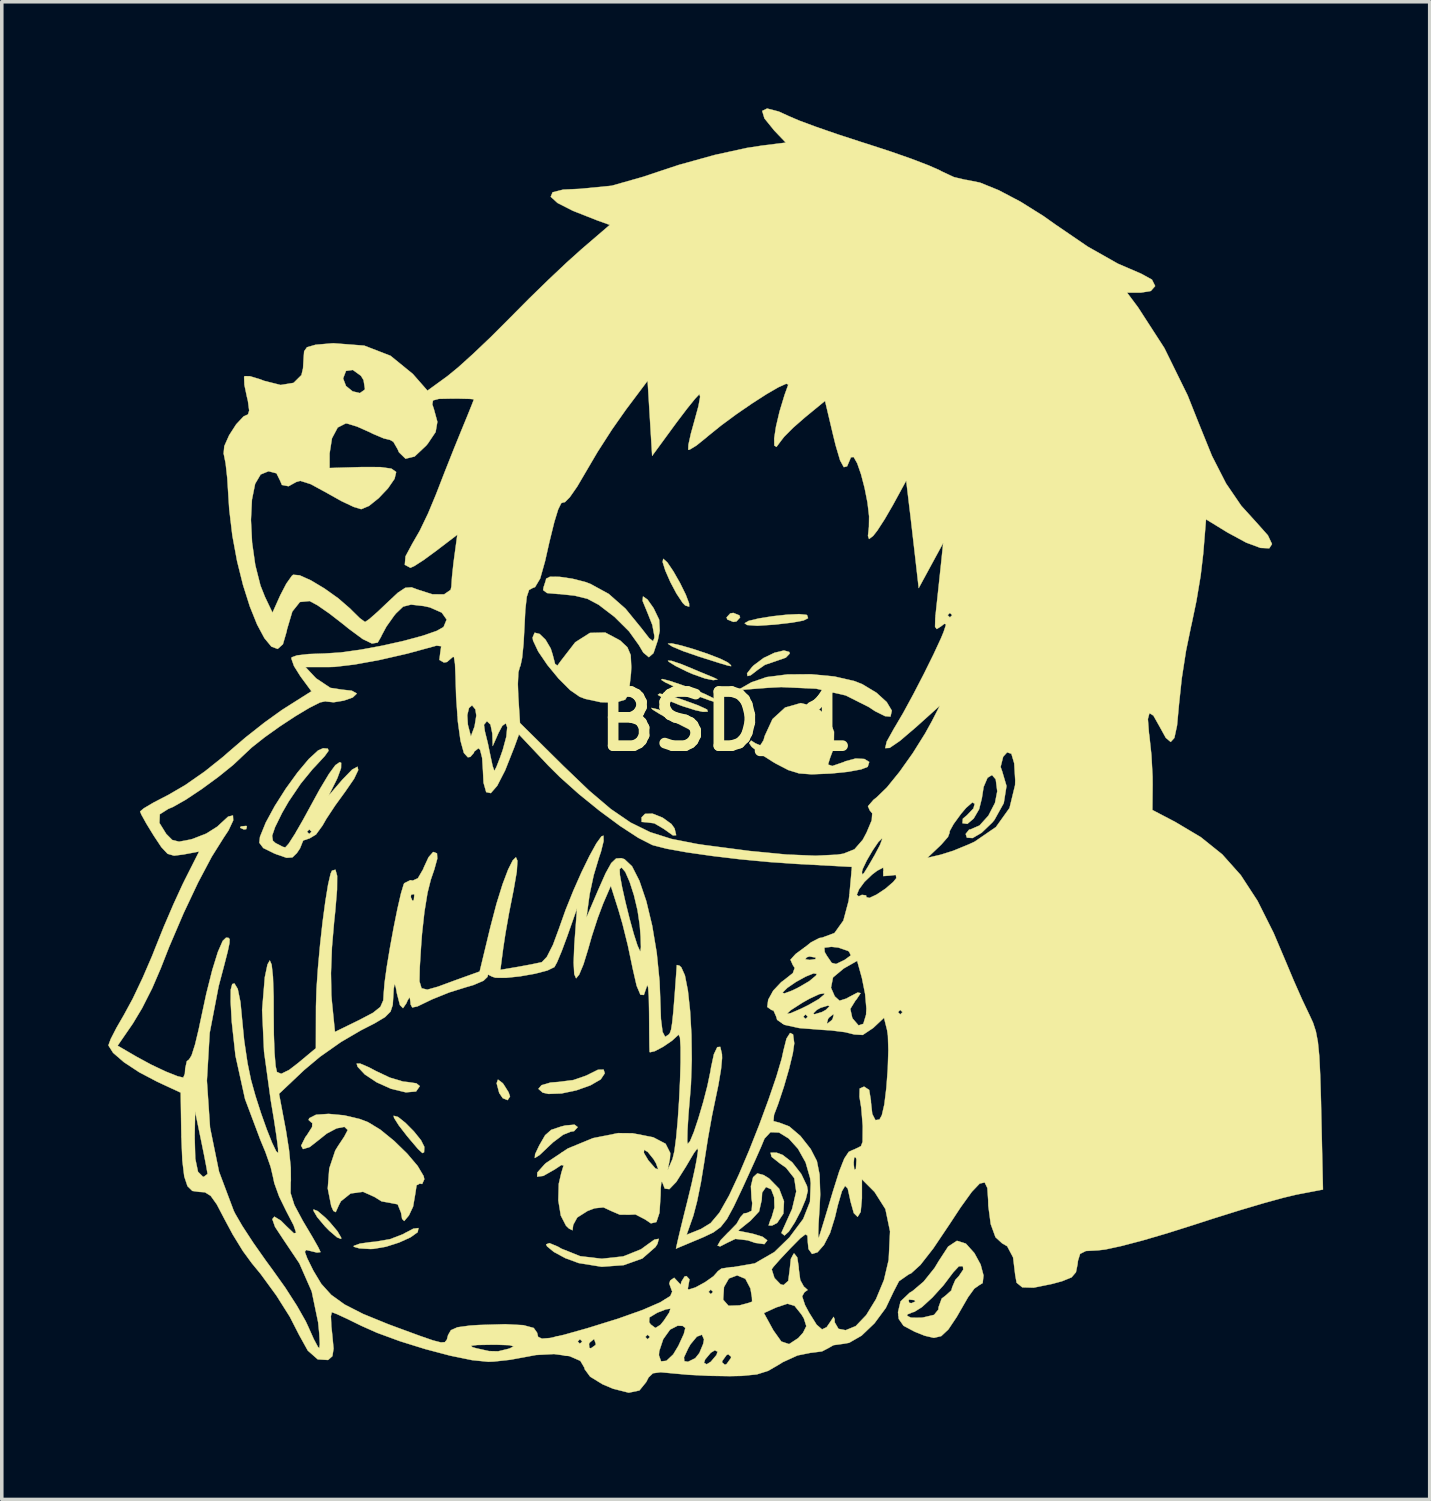
<source format=kicad_pcb>
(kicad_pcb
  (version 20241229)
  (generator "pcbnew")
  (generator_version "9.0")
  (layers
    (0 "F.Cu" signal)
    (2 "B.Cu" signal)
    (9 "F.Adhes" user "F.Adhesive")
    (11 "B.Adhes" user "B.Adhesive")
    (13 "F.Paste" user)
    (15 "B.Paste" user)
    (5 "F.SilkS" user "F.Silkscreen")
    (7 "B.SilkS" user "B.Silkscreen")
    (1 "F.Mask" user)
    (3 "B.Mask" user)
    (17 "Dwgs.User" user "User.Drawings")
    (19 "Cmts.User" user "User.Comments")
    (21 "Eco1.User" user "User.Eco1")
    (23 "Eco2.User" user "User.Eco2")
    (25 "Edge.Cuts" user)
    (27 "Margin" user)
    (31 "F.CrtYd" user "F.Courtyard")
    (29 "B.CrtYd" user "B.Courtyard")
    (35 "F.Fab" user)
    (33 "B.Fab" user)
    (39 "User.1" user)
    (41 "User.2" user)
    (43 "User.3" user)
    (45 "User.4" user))
  (footprint "BSD_1"
    (layer "F.Cu")
    (at 17.404 17.252)
    (property "Reference" "BSD_1" (at 0 0 0) (layer "F.SilkS") (effects (font (size 1.524 1.524) (thickness 0.3))))
    (attr through_hole)
    (fp_poly (pts (xy -13.504 2.963) (xy -13.522 3.039) (xy -13.589 3.048) (xy -13.694 3.002) (xy -13.674 2.963) (xy -13.523 2.948) (xy -13.504 2.963)) (stroke (width 0.01) (type solid)) (fill yes) (layer "F.SilkS"))
    (fp_poly (pts (xy 0.36 -2.979) (xy 0.381 -2.921) (xy 0.278 -2.808) (xy 0.191 -2.794) (xy 0.021 -2.863) (xy 0 -2.921) (xy 0.103 -3.034) (xy 0.191 -3.048) (xy 0.36 -2.979)) (stroke (width 0.01) (type solid)) (fill yes) (layer "F.SilkS"))
    (fp_poly (pts (xy -6.304 10.189) (xy -6.282 10.216) (xy -6.138 10.446) (xy -6.096 10.565) (xy -6.164 10.668) (xy -6.302 10.612) (xy -6.4 10.467) (xy -6.473 10.193) (xy -6.436 10.089) (xy -6.304 10.189)) (stroke (width 0.01) (type solid)) (fill yes) (layer "F.SilkS"))
    (fp_poly (pts (xy -11.513 13.79) (xy -11.294 13.977) (xy -11.176 14.097) (xy -10.956 14.358) (xy -10.85 14.539) (xy -10.851 14.576) (xy -10.966 14.531) (xy -11.185 14.344) (xy -11.303 14.224) (xy -11.523 13.963) (xy -11.629 13.782) (xy -11.628 13.745) (xy -11.513 13.79)) (stroke (width 0.01) (type solid)) (fill yes) (layer "F.SilkS"))
    (fp_poly (pts (xy -1.608 -0.72) (xy -1.296 -0.624) (xy -0.803 -0.446) (xy -0.548 -0.327) (xy -0.532 -0.268) (xy -0.667 -0.263) (xy -0.88 -0.31) (xy -1.217 -0.416) (xy -1.33 -0.457) (xy -1.751 -0.629) (xy -1.936 -0.742) (xy -1.887 -0.777) (xy -1.608 -0.72)) (stroke (width 0.01) (type solid)) (fill yes) (layer "F.SilkS"))
    (fp_poly (pts (xy -1.801 2.716) (xy -1.553 2.895) (xy -1.464 3.02) (xy -1.419 3.21) (xy -1.51 3.216) (xy -1.759 3.038) (xy -1.767 3.032) (xy -2.034 2.875) (xy -2.243 2.848) (xy -2.391 2.836) (xy -2.393 2.709) (xy -2.296 2.609) (xy -2.085 2.603) (xy -1.801 2.716)) (stroke (width 0.01) (type solid)) (fill yes) (layer "F.SilkS"))
    (fp_poly (pts (xy -1.669 -4.471) (xy -1.497 -4.217) (xy -1.31 -3.889) (xy -1.149 -3.562) (xy -1.055 -3.313) (xy -1.053 -3.223) (xy -1.164 -3.257) (xy -1.237 -3.331) (xy -1.41 -3.592) (xy -1.583 -3.918) (xy -1.724 -4.239) (xy -1.8 -4.481) (xy -1.783 -4.572) (xy -1.669 -4.471)) (stroke (width 0.01) (type solid)) (fill yes) (layer "F.SilkS"))
    (fp_poly (pts (xy -9.249 11.141) (xy -9.037 11.311) (xy -8.8 11.551) (xy -8.603 11.796) (xy -8.51 11.98) (xy -8.509 11.994) (xy -8.516 12.135) (xy -8.562 12.159) (xy -8.686 12.044) (xy -8.925 11.763) (xy -8.999 11.674) (xy -9.228 11.378) (xy -9.36 11.169) (xy -9.373 11.108) (xy -9.249 11.141)) (stroke (width 0.01) (type solid)) (fill yes) (layer "F.SilkS"))
    (fp_poly (pts (xy -1.923 -0.33) (xy -1.61 -0.209) (xy -1.262 -0.049) (xy -0.959 0.113) (xy -0.78 0.238) (xy -0.762 0.27) (xy -0.789 0.365) (xy -0.794 0.364) (xy -0.914 0.302) (xy -1.197 0.157) (xy -1.524 -0.01) (xy -1.869 -0.195) (xy -2.082 -0.326) (xy -2.119 -0.374) (xy -1.923 -0.33)) (stroke (width 0.01) (type solid)) (fill yes) (layer "F.SilkS"))
    (fp_poly (pts (xy 2.248 -2.994) (xy 2.267 -2.982) (xy 2.294 -2.9) (xy 2.164 -2.834) (xy 1.845 -2.775) (xy 1.361 -2.719) (xy 0.867 -2.686) (xy 0.577 -2.707) (xy 0.508 -2.758) (xy 0.622 -2.824) (xy 0.911 -2.893) (xy 1.296 -2.954) (xy 1.7 -2.998) (xy 2.043 -3.014) (xy 2.248 -2.994)) (stroke (width 0.01) (type solid)) (fill yes) (layer "F.SilkS"))
    (fp_poly (pts (xy -10.067 9.745) (xy -9.874 9.848) (xy -9.477 10.035) (xy -9.105 10.146) (xy -8.985 10.158) (xy -8.732 10.195) (xy -8.636 10.273) (xy -8.741 10.424) (xy -9.028 10.449) (xy -9.444 10.349) (xy -9.847 10.168) (xy -10.184 9.945) (xy -10.386 9.729) (xy -10.414 9.64) (xy -10.317 9.638) (xy -10.067 9.745)) (stroke (width 0.01) (type solid)) (fill yes) (layer "F.SilkS"))
    (fp_poly (pts (xy -4.191 11.428) (xy -4.294 11.541) (xy -4.391 11.557) (xy -4.601 11.642) (xy -4.882 11.853) (xy -4.973 11.938) (xy -5.264 12.214) (xy -5.399 12.298) (xy -5.39 12.19) (xy -5.275 11.946) (xy -5.108 11.656) (xy -4.937 11.505) (xy -4.654 11.41) (xy -4.54 11.382) (xy -4.279 11.359) (xy -4.191 11.428)) (stroke (width 0.01) (type solid)) (fill yes) (layer "F.SilkS"))
    (fp_poly (pts (xy -1.601 -1.134) (xy -1.292 -1.031) (xy -0.943 -0.901) (xy -0.619 -0.768) (xy -0.387 -0.655) (xy -0.324 -0.614) (xy -0.251 -0.54) (xy -0.288 -0.527) (xy -0.472 -0.584) (xy -0.842 -0.719) (xy -1.016 -0.784) (xy -1.416 -0.946) (xy -1.723 -1.091) (xy -1.841 -1.166) (xy -1.806 -1.187) (xy -1.601 -1.134)) (stroke (width 0.01) (type solid)) (fill yes) (layer "F.SilkS"))
    (fp_poly (pts (xy -1.547 -1.698) (xy -1.284 -1.609) (xy -1.111 -1.539) (xy -0.742 -1.384) (xy -0.451 -1.264) (xy -0.381 -1.236) (xy -0.254 -1.175) (xy -0.368 -1.156) (xy -0.381 -1.156) (xy -0.606 -1.202) (xy -0.952 -1.325) (xy -1.111 -1.394) (xy -1.43 -1.551) (xy -1.624 -1.671) (xy -1.651 -1.704) (xy -1.547 -1.698)) (stroke (width 0.01) (type solid)) (fill yes) (layer "F.SilkS"))
    (fp_poly (pts (xy 1.766 -1.948) (xy 1.778 -1.904) (xy 1.668 -1.789) (xy 1.404 -1.697) (xy 1.4 -1.696) (xy 1.079 -1.586) (xy 0.876 -1.445) (xy 0.68 -1.293) (xy 0.591 -1.27) (xy 0.576 -1.344) (xy 0.718 -1.526) (xy 0.765 -1.572) (xy 1.042 -1.779) (xy 1.349 -1.926) (xy 1.615 -1.99) (xy 1.766 -1.948)) (stroke (width 0.01) (type solid)) (fill yes) (layer "F.SilkS"))
    (fp_poly (pts (xy -3.429 9.912) (xy -3.543 10.084) (xy -3.834 10.252) (xy -4.228 10.392) (xy -4.646 10.48) (xy -5.015 10.493) (xy -5.176 10.457) (xy -5.297 10.351) (xy -5.209 10.247) (xy -4.956 10.173) (xy -4.723 10.155) (xy -4.312 10.102) (xy -3.953 9.978) (xy -3.937 9.97) (xy -3.619 9.812) (xy -3.462 9.808) (xy -3.429 9.912)) (stroke (width 0.01) (type solid)) (fill yes) (layer "F.SilkS"))
    (fp_poly (pts (xy -1.273 -2.129) (xy -0.908 -2.022) (xy -0.521 -1.891) (xy -0.184 -1.761) (xy 0.032 -1.654) (xy 0.057 -1.634) (xy 0.123 -1.573) (xy 0.129 -1.548) (xy 0.031 -1.567) (xy -0.213 -1.64) (xy -0.646 -1.777) (xy -0.793 -1.824) (xy -1.214 -1.969) (xy -1.52 -2.096) (xy -1.649 -2.178) (xy -1.65 -2.182) (xy -1.544 -2.19) (xy -1.273 -2.129)) (stroke (width 0.01) (type solid)) (fill yes) (layer "F.SilkS"))
    (fp_poly (pts (xy -8.674 14.271) (xy -8.696 14.386) (xy -8.899 14.531) (xy -9.218 14.676) (xy -9.587 14.794) (xy -9.941 14.855) (xy -10.022 14.859) (xy -10.337 14.841) (xy -10.494 14.797) (xy -10.494 14.77) (xy -10.32 14.707) (xy -9.999 14.662) (xy -9.897 14.655) (xy -9.476 14.583) (xy -9.106 14.441) (xy -9.065 14.416) (xy -8.819 14.287) (xy -8.675 14.269) (xy -8.674 14.271)) (stroke (width 0.01) (type solid)) (fill yes) (layer "F.SilkS"))
    (fp_poly (pts (xy 3.037 -1.258) (xy 3.605 -1.127) (xy 3.821 -1.041) (xy 4.219 -0.801) (xy 4.509 -0.537) (xy 4.652 -0.296) (xy 4.614 -0.129) (xy 4.46 -0.142) (xy 4.183 -0.28) (xy 4 -0.4) (xy 3.351 -0.726) (xy 2.519 -0.915) (xy 1.538 -0.96) (xy 1.167 -0.94) (xy 0.318 -0.875) (xy 0.699 -1.094) (xy 1.126 -1.241) (xy 1.714 -1.316) (xy 2.379 -1.321) (xy 3.037 -1.258)) (stroke (width 0.01) (type solid)) (fill yes) (layer "F.SilkS"))
    (fp_poly (pts (xy -1.945 14.713) (xy -2.002 14.803) (xy -2.371 15.126) (xy -2.896 15.313) (xy -3.515 15.359) (xy -4.165 15.254) (xy -4.54 15.116) (xy -4.86 14.943) (xy -5.054 14.784) (xy -5.08 14.728) (xy -4.987 14.693) (xy -4.747 14.793) (xy -4.652 14.849) (xy -4.123 15.061) (xy -3.512 15.133) (xy -2.911 15.067) (xy -2.409 14.867) (xy -2.296 14.784) (xy -2.033 14.595) (xy -1.908 14.572) (xy -1.945 14.713)) (stroke (width 0.01) (type solid)) (fill yes) (layer "F.SilkS"))
    (fp_poly (pts (xy 1.579 12.211) (xy 1.849 12.421) (xy 2.103 12.749) (xy 2.264 13.086) (xy 2.286 13.219) (xy 2.231 13.45) (xy 2.096 13.774) (xy 1.922 14.107) (xy 1.752 14.369) (xy 1.631 14.478) (xy 1.629 14.478) (xy 1.543 14.409) (xy 1.552 14.383) (xy 1.843 13.736) (xy 1.961 13.241) (xy 1.905 12.864) (xy 1.673 12.57) (xy 1.508 12.455) (xy 1.268 12.265) (xy 1.237 12.148) (xy 1.404 12.146) (xy 1.579 12.211)) (stroke (width 0.01) (type solid)) (fill yes) (layer "F.SilkS"))
    (fp_poly (pts (xy -2.996 -2.272) (xy -2.792 -2.08) (xy -2.699 -1.861) (xy -2.683 -1.52) (xy -2.691 -1.352) (xy -2.734 -0.961) (xy -2.806 -0.682) (xy -2.855 -0.605) (xy -3.134 -0.524) (xy -3.544 -0.534) (xy -3.982 -0.629) (xy -4.136 -0.688) (xy -4.406 -0.876) (xy -4.727 -1.197) (xy -5.044 -1.582) (xy -5.303 -1.963) (xy -5.447 -2.269) (xy -5.461 -2.354) (xy -5.403 -2.491) (xy -5.264 -2.456) (xy -5.096 -2.293) (xy -4.95 -2.045) (xy -4.897 -1.878) (xy -4.828 -1.611) (xy -4.762 -1.565) (xy -4.658 -1.707) (xy -4.26 -2.222) (xy -3.846 -2.485) (xy -3.415 -2.495) (xy -2.996 -2.272)) (stroke (width 0.01) (type solid)) (fill yes) (layer "F.SilkS"))
    (fp_poly (pts (xy 2.53 -0.398) (xy 2.851 -0.109) (xy 3.025 0.296) (xy 3.019 0.754) (xy 2.917 1.024) (xy 2.856 1.219) (xy 2.975 1.262) (xy 3.287 1.155) (xy 3.351 1.126) (xy 3.634 1.051) (xy 3.879 1.064) (xy 4.016 1.148) (xy 3.973 1.285) (xy 3.787 1.357) (xy 3.423 1.424) (xy 2.955 1.472) (xy 2.904 1.475) (xy 2.396 1.496) (xy 2.041 1.47) (xy 1.738 1.376) (xy 1.387 1.194) (xy 1.302 1.144) (xy 0.949 0.918) (xy 0.707 0.722) (xy 0.635 0.617) (xy 0.691 0.546) (xy 0.811 0.623) (xy 0.949 0.681) (xy 1.041 0.536) (xy 1.074 0.416) (xy 1.293 -0.059) (xy 1.648 -0.384) (xy 2.083 -0.508) (xy 2.095 -0.508) (xy 2.53 -0.398)) (stroke (width 0.01) (type solid)) (fill yes) (layer "F.SilkS"))
    (fp_poly (pts (xy -4.698 -4.063) (xy -4.342 -4.011) (xy -3.983 -3.92) (xy -3.839 -3.867) (xy -3.318 -3.583) (xy -2.846 -3.167) (xy -2.396 -2.616) (xy -2.18 -2.338) (xy -2.07 -2.252) (xy -2.034 -2.34) (xy -2.032 -2.4) (xy -2.09 -2.709) (xy -2.23 -3.062) (xy -2.232 -3.066) (xy -2.364 -3.387) (xy -2.353 -3.512) (xy -2.226 -3.424) (xy -2.054 -3.181) (xy -1.898 -2.856) (xy -1.882 -2.543) (xy -1.936 -2.278) (xy -2.058 -1.915) (xy -2.188 -1.801) (xy -2.344 -1.931) (xy -2.467 -2.14) (xy -2.745 -2.528) (xy -3.155 -2.936) (xy -3.602 -3.278) (xy -3.918 -3.446) (xy -4.277 -3.534) (xy -4.701 -3.579) (xy -4.737 -3.579) (xy -5.054 -3.607) (xy -5.164 -3.691) (xy -5.151 -3.772) (xy -5.088 -3.967) (xy -5.08 -4.011) (xy -4.971 -4.066) (xy -4.698 -4.063)) (stroke (width 0.01) (type solid)) (fill yes) (layer "F.SilkS"))
    (fp_poly (pts (xy 1.039 12.776) (xy 1.194 12.87) (xy 1.48 13.162) (xy 1.616 13.517) (xy 1.599 13.863) (xy 1.423 14.125) (xy 1.28 14.199) (xy 1.183 14.196) (xy 1.234 14.04) (xy 1.268 13.973) (xy 1.348 13.693) (xy 1.339 13.399) (xy 1.255 13.177) (xy 1.114 13.115) (xy 1.107 13.118) (xy 1.001 13.27) (xy 0.989 13.476) (xy 0.915 13.803) (xy 0.673 14.062) (xy 0.321 14.345) (xy 0.732 14.428) (xy 1.011 14.513) (xy 1.142 14.612) (xy 1.143 14.621) (xy 1.064 14.722) (xy 0.809 14.687) (xy 0.595 14.614) (xy 0.247 14.574) (xy 0.015 14.685) (xy -0.182 14.787) (xy -0.254 14.762) (xy -0.167 14.61) (xy 0.045 14.391) (xy 0.064 14.375) (xy 0.282 14.15) (xy 0.381 13.978) (xy 0.381 13.971) (xy 0.484 13.858) (xy 0.577 13.843) (xy 0.706 13.783) (xy 0.722 13.566) (xy 0.702 13.43) (xy 0.685 13.09) (xy 0.746 12.841) (xy 0.748 12.837) (xy 0.866 12.73) (xy 1.039 12.776)) (stroke (width 0.01) (type solid)) (fill yes) (layer "F.SilkS"))
    (fp_poly (pts (xy -10.766 11.096) (xy -10.325 11.2) (xy -10.097 11.287) (xy -9.749 11.498) (xy -9.363 11.812) (xy -8.994 12.171) (xy -8.697 12.521) (xy -8.529 12.805) (xy -8.509 12.895) (xy -8.57 13.029) (xy -8.636 13.018) (xy -8.727 13.065) (xy -8.763 13.303) (xy -8.825 13.664) (xy -8.941 13.911) (xy -9.075 14.071) (xy -9.134 14.011) (xy -9.163 13.84) (xy -9.259 13.601) (xy -9.442 13.566) (xy -9.713 13.517) (xy -9.913 13.392) (xy -10.235 13.248) (xy -10.584 13.296) (xy -10.857 13.514) (xy -10.915 13.625) (xy -11.003 13.821) (xy -11.069 13.787) (xy -11.129 13.652) (xy -11.227 13.157) (xy -11.185 12.593) (xy -11.017 12.089) (xy -10.942 11.966) (xy -10.763 11.696) (xy -10.671 11.522) (xy -10.668 11.506) (xy -10.757 11.42) (xy -10.977 11.462) (xy -11.254 11.608) (xy -11.445 11.761) (xy -11.733 11.987) (xy -11.924 12.046) (xy -11.977 11.95) (xy -11.858 11.711) (xy -11.811 11.649) (xy -11.668 11.424) (xy -11.663 11.307) (xy -11.682 11.303) (xy -11.767 11.226) (xy -11.748 11.176) (xy -11.557 11.079) (xy -11.203 11.055) (xy -10.766 11.096)) (stroke (width 0.01) (type solid)) (fill yes) (layer "F.SilkS"))
    (fp_poly (pts (xy 6.736 14.707) (xy 6.976 14.974) (xy 7.152 15.297) (xy 7.233 15.603) (xy 7.209 15.818) (xy 7.115 15.875) (xy 6.973 15.975) (xy 6.799 16.215) (xy 6.794 16.224) (xy 6.479 16.771) (xy 6.243 17.124) (xy 6.043 17.311) (xy 5.836 17.36) (xy 5.578 17.3) (xy 5.302 17.19) (xy 4.983 17.022) (xy 4.847 16.828) (xy 4.837 16.738) (xy 5.08 16.738) (xy 5.19 16.792) (xy 5.462 16.794) (xy 5.524 16.788) (xy 5.841 16.713) (xy 5.962 16.564) (xy 5.969 16.492) (xy 6.056 16.254) (xy 6.16 16.175) (xy 6.328 16.024) (xy 6.35 15.94) (xy 6.439 15.73) (xy 6.539 15.622) (xy 6.662 15.439) (xy 6.653 15.343) (xy 6.54 15.345) (xy 6.381 15.516) (xy 6.107 15.879) (xy 5.794 16.224) (xy 5.5 16.494) (xy 5.282 16.63) (xy 5.246 16.637) (xy 5.093 16.699) (xy 5.08 16.738) (xy 4.837 16.738) (xy 4.826 16.636) (xy 4.898 16.335) (xy 4.936 16.298) (xy 5.122 16.298) (xy 5.14 16.374) (xy 5.207 16.383) (xy 5.312 16.337) (xy 5.292 16.298) (xy 5.141 16.283) (xy 5.122 16.298) (xy 4.936 16.298) (xy 5.151 16.092) (xy 5.242 16.036) (xy 5.549 15.775) (xy 5.854 15.394) (xy 5.972 15.198) (xy 6.238 14.79) (xy 6.485 14.628) (xy 6.736 14.707)) (stroke (width 0.01) (type solid)) (fill yes) (layer "F.SilkS"))
    (fp_poly (pts (xy -11.226 0.773) (xy -11.204 0.832) (xy -11.312 0.982) (xy -11.571 1.263) (xy -11.656 1.352) (xy -11.987 1.757) (xy -12.327 2.259) (xy -12.513 2.582) (xy -12.712 2.986) (xy -12.794 3.227) (xy -12.772 3.365) (xy -12.7 3.43) (xy -12.492 3.537) (xy -12.423 3.554) (xy -12.329 3.451) (xy -12.15 3.172) (xy -12.115 3.111) (xy -11.811 3.111) (xy -11.748 3.175) (xy -11.684 3.111) (xy -11.748 3.048) (xy -11.811 3.111) (xy -12.115 3.111) (xy -11.919 2.77) (xy -11.811 2.572) (xy -11.457 1.924) (xy -11.195 1.487) (xy -11.012 1.237) (xy -10.892 1.155) (xy -10.85 1.172) (xy -10.853 1.322) (xy -10.955 1.599) (xy -10.989 1.671) (xy -11.202 2.095) (xy -10.82 1.651) (xy -10.543 1.365) (xy -10.39 1.281) (xy -10.369 1.375) (xy -10.487 1.623) (xy -10.728 1.973) (xy -11.017 2.371) (xy -11.267 2.75) (xy -11.375 2.938) (xy -11.559 3.191) (xy -11.744 3.302) (xy -11.751 3.302) (xy -11.918 3.359) (xy -11.938 3.405) (xy -12.008 3.58) (xy -12.097 3.713) (xy -12.223 3.835) (xy -12.386 3.846) (xy -12.676 3.746) (xy -12.736 3.722) (xy -13.042 3.571) (xy -13.154 3.422) (xy -13.135 3.255) (xy -12.974 2.858) (xy -12.719 2.388) (xy -12.408 1.899) (xy -12.076 1.441) (xy -11.761 1.065) (xy -11.499 0.824) (xy -11.358 0.762) (xy -11.226 0.773)) (stroke (width 0.01) (type solid)) (fill yes) (layer "F.SilkS"))
    (fp_poly (pts (xy 1.469 -17.162) (xy 1.751 -17.033) (xy 2.047 -16.906) (xy 2.525 -16.729) (xy 3.125 -16.521) (xy 3.785 -16.306) (xy 3.937 -16.258) (xy 4.595 -16.044) (xy 5.197 -15.834) (xy 5.685 -15.647) (xy 6.002 -15.507) (xy 6.047 -15.481) (xy 6.401 -15.316) (xy 6.726 -15.239) (xy 6.746 -15.239) (xy 7.133 -15.161) (xy 7.661 -14.947) (xy 8.274 -14.624) (xy 8.918 -14.221) (xy 9.261 -13.978) (xy 10.169 -13.358) (xy 11.018 -12.878) (xy 11.671 -12.597) (xy 11.975 -12.43) (xy 12.065 -12.25) (xy 11.944 -12.111) (xy 11.669 -12.065) (xy 11.273 -12.065) (xy 11.582 -11.652) (xy 12.323 -10.506) (xy 12.98 -9.17) (xy 13.268 -8.445) (xy 13.664 -7.468) (xy 14.061 -6.691) (xy 14.489 -6.064) (xy 14.915 -5.595) (xy 15.239 -5.231) (xy 15.354 -4.987) (xy 15.278 -4.867) (xy 15.03 -4.878) (xy 14.629 -5.027) (xy 14.092 -5.318) (xy 14.083 -5.324) (xy 13.497 -5.683) (xy 13.418 -4.715) (xy 13.346 -4.1) (xy 13.227 -3.387) (xy 13.088 -2.72) (xy 13.075 -2.667) (xy 12.934 -1.983) (xy 12.814 -1.208) (xy 12.739 -0.503) (xy 12.736 -0.472) (xy 12.681 0.122) (xy 12.606 0.471) (xy 12.503 0.585) (xy 12.366 0.471) (xy 12.192 0.155) (xy 12.016 -0.157) (xy 11.904 -0.227) (xy 11.86 -0.06) (xy 11.891 0.34) (xy 11.902 0.413) (xy 11.96 0.956) (xy 11.992 1.556) (xy 11.994 1.79) (xy 11.987 2.5) (xy 12.632 2.838) (xy 13.35 3.265) (xy 13.954 3.75) (xy 14.475 4.334) (xy 14.947 5.058) (xy 15.4 5.962) (xy 15.738 6.758) (xy 15.965 7.299) (xy 16.202 7.835) (xy 16.399 8.25) (xy 16.402 8.255) (xy 16.51 8.489) (xy 16.589 8.732) (xy 16.646 9.03) (xy 16.685 9.429) (xy 16.712 9.976) (xy 16.734 10.715) (xy 16.74 11.006) (xy 16.789 13.185) (xy 16.046 13.327) (xy 15.677 13.415) (xy 15.124 13.567) (xy 14.446 13.768) (xy 13.701 14.001) (xy 13.145 14.181) (xy 12.398 14.417) (xy 11.701 14.621) (xy 11.104 14.777) (xy 10.659 14.873) (xy 10.452 14.897) (xy 10.114 14.915) (xy 9.952 14.996) (xy 9.891 15.193) (xy 9.881 15.286) (xy 9.835 15.513) (xy 9.712 15.657) (xy 9.446 15.765) (xy 9.158 15.843) (xy 8.644 15.947) (xy 8.325 15.938) (xy 8.165 15.808) (xy 8.126 15.593) (xy 8.066 15.096) (xy 7.9 14.782) (xy 7.755 14.697) (xy 7.57 14.527) (xy 7.436 14.157) (xy 7.368 13.642) (xy 7.364 13.478) (xy 7.341 13.141) (xy 7.266 12.985) (xy 7.125 13.017) (xy 6.904 13.249) (xy 6.588 13.688) (xy 6.283 14.152) (xy 5.818 14.844) (xy 5.456 15.307) (xy 5.196 15.543) (xy 5.128 15.573) (xy 4.853 15.766) (xy 4.701 16.059) (xy 4.482 16.519) (xy 4.163 16.951) (xy 3.8 17.298) (xy 3.45 17.499) (xy 3.3 17.526) (xy 3.01 17.566) (xy 2.857 17.653) (xy 2.687 17.741) (xy 2.384 17.78) (xy 2.371 17.78) (xy 1.998 17.855) (xy 1.581 18.045) (xy 1.483 18.107) (xy 1.172 18.288) (xy 0.852 18.389) (xy 0.428 18.431) (xy 0.088 18.438) (xy -0.488 18.429) (xy -1.071 18.4) (xy -1.471 18.364) (xy -1.858 18.328) (xy -2.073 18.357) (xy -2.197 18.476) (xy -2.262 18.604) (xy -2.454 18.841) (xy -2.753 18.904) (xy -3.193 18.793) (xy -3.493 18.666) (xy -3.841 18.452) (xy -3.997 18.239) (xy -4.001 18.204) (xy -4.082 18.065) (xy -0.635 18.065) (xy -0.559 18.104) (xy -0.469 18.049) (xy -0.127 18.049) (xy -0.049 18.118) (xy 0 18.098) (xy 0.122 17.929) (xy 0.127 17.892) (xy 0.049 17.823) (xy 0 17.843) (xy -0.122 18.012) (xy -0.127 18.049) (xy -0.469 18.049) (xy -0.445 18.034) (xy -0.284 17.843) (xy -0.254 17.749) (xy -0.33 17.71) (xy -0.445 17.78) (xy -0.605 17.971) (xy -0.635 18.065) (xy -4.082 18.065) (xy -4.116 18.008) (xy -4.421 17.875) (xy -4.611 17.849) (xy -1.905 17.849) (xy -1.844 18.022) (xy -1.693 18.006) (xy -1.592 17.911) (xy -1.199 17.911) (xy -1.189 18.016) (xy -1.087 18.034) (xy -0.881 17.933) (xy -0.766 17.788) (xy -0.659 17.531) (xy -0.635 17.407) (xy -0.694 17.272) (xy -0.837 17.326) (xy -1.016 17.542) (xy -1.079 17.653) (xy -1.199 17.911) (xy -1.592 17.911) (xy -1.502 17.826) (xy -1.357 17.585) (xy -1.203 17.249) (xy -1.161 17.081) (xy -1.235 17.024) (xy -1.377 17.018) (xy -1.591 17.128) (xy -1.784 17.398) (xy -1.896 17.734) (xy -1.905 17.849) (xy -4.611 17.849) (xy -4.857 17.816) (xy -5.366 17.843) (xy -5.617 17.89) (xy -6.097 17.978) (xy -6.564 18.029) (xy -6.709 18.034) (xy -7.165 17.987) (xy -7.781 17.861) (xy -8.482 17.676) (xy -8.782 17.583) (xy -7.194 17.583) (xy -7.152 17.623) (xy -7.048 17.653) (xy -6.686 17.733) (xy -6.432 17.739) (xy -6.151 17.671) (xy -6.096 17.653) (xy -5.994 17.598) (xy -6.117 17.566) (xy -6.476 17.554) (xy -6.604 17.554) (xy -7.017 17.561) (xy -7.194 17.583) (xy -8.782 17.583) (xy -9.193 17.455) (xy -9.841 17.217) (xy -10.281 17.021) (xy -10.676 16.827) (xy -10.975 16.689) (xy -11.113 16.637) (xy -11.139 16.75) (xy -11.126 17.039) (xy -11.101 17.27) (xy -11.064 17.663) (xy -11.097 17.876) (xy -11.211 17.977) (xy -11.225 17.983) (xy -11.509 17.966) (xy -11.789 17.719) (xy -12.035 17.275) (xy -12.295 16.767) (xy -12.674 16.167) (xy -13.115 15.563) (xy -13.365 15.259) (xy -13.616 14.916) (xy -13.902 14.45) (xy -14.127 14.031) (xy -14.351 13.603) (xy -14.522 13.363) (xy -14.684 13.262) (xy -14.845 13.251) (xy -15.039 13.224) (xy -15.176 13.09) (xy -15.267 12.816) (xy -15.321 12.366) (xy -15.348 11.707) (xy -15.348 11.705) (xy -14.974 11.705) (xy -14.957 12.315) (xy -14.88 12.685) (xy -14.74 12.825) (xy -14.718 12.827) (xy -14.613 12.748) (xy -14.613 12.732) (xy -14.641 12.567) (xy -14.706 12.228) (xy -14.791 11.811) (xy -14.961 10.986) (xy -14.974 11.705) (xy -15.348 11.705) (xy -15.352 11.483) (xy -15.367 10.457) (xy -16.028 10.15) (xy -16.535 9.883) (xy -16.966 9.599) (xy -17.27 9.336) (xy -17.397 9.135) (xy -17.143 9.135) (xy -16.604 9.449) (xy -16.196 9.67) (xy -15.786 9.864) (xy -15.453 9.996) (xy -15.295 10.033) (xy -15.25 9.926) (xy -15.24 9.779) (xy -15.195 9.573) (xy -15.133 9.525) (xy -15.061 9.41) (xy -14.963 9.102) (xy -14.857 8.659) (xy -14.819 8.477) (xy -14.647 7.674) (xy -14.478 7.004) (xy -14.321 6.498) (xy -14.185 6.186) (xy -14.092 6.096) (xy -14.025 6.098) (xy -13.99 6.134) (xy -13.994 6.246) (xy -14.042 6.476) (xy -14.142 6.866) (xy -14.299 7.46) (xy -14.551 8.774) (xy -14.63 10.12) (xy -14.541 11.441) (xy -14.288 12.681) (xy -13.875 13.781) (xy -13.834 13.864) (xy -13.632 14.212) (xy -13.325 14.682) (xy -12.965 15.194) (xy -12.791 15.431) (xy -12.426 15.943) (xy -12.095 16.458) (xy -11.847 16.895) (xy -11.775 17.05) (xy -11.623 17.391) (xy -11.506 17.61) (xy -11.467 17.653) (xy -11.451 17.539) (xy -11.466 17.243) (xy -11.498 16.923) (xy -11.679 16.053) (xy -12.026 15.263) (xy -12.489 14.573) (xy -12.711 14.236) (xy -12.788 14.018) (xy -12.73 13.948) (xy -12.548 14.059) (xy -12.382 14.225) (xy -12.181 14.416) (xy -12.117 14.402) (xy -12.189 14.19) (xy -12.396 13.791) (xy -12.596 13.382) (xy -12.732 13.004) (xy -12.764 12.851) (xy -12.834 12.55) (xy -12.982 12.128) (xy -13.122 11.792) (xy -13.556 10.637) (xy -13.825 9.417) (xy -13.93 8.46) (xy -13.961 7.9) (xy -13.958 7.559) (xy -13.916 7.4) (xy -13.855 7.383) (xy -13.761 7.538) (xy -13.685 7.91) (xy -13.64 8.384) (xy -13.58 8.993) (xy -13.485 9.631) (xy -13.389 10.096) (xy -13.263 10.548) (xy -13.108 11.031) (xy -12.945 11.49) (xy -12.795 11.867) (xy -12.68 12.106) (xy -12.624 12.158) (xy -12.627 12.024) (xy -12.669 11.691) (xy -12.742 11.21) (xy -12.831 10.678) (xy -12.857 10.49) (xy -12.599 10.49) (xy -12.403 11.529) (xy -12.318 12.071) (xy -12.269 12.57) (xy -12.266 12.933) (xy -12.271 12.983) (xy -12.274 13.284) (xy -12.168 13.62) (xy -11.929 14.067) (xy -11.883 14.144) (xy -11.657 14.524) (xy -11.494 14.812) (xy -11.43 14.946) (xy -11.43 14.946) (xy -11.531 14.959) (xy -11.692 14.92) (xy -11.833 14.886) (xy -11.873 14.938) (xy -11.804 15.123) (xy -11.634 15.467) (xy -11.41 15.84) (xy -11.131 16.149) (xy -10.752 16.422) (xy -10.231 16.688) (xy -9.523 16.977) (xy -9.207 17.094) (xy -8.638 17.303) (xy -8.265 17.432) (xy -8.042 17.489) (xy -7.927 17.48) (xy -7.914 17.462) (xy -4.191 17.462) (xy -4.128 17.526) (xy -3.873 17.526) (xy -3.863 17.643) (xy -3.817 17.653) (xy -3.688 17.561) (xy -3.683 17.526) (xy -3.726 17.402) (xy -3.739 17.399) (xy -3.847 17.488) (xy -3.873 17.526) (xy -4.128 17.526) (xy -4.064 17.462) (xy -4.128 17.399) (xy -4.191 17.462) (xy -7.914 17.462) (xy -7.874 17.41) (xy -7.841 17.286) (xy -7.84 17.283) (xy -7.761 17.145) (xy -7.575 17.062) (xy -7.222 17.014) (xy -6.968 16.998) (xy -6.229 16.976) (xy -5.722 17.003) (xy -5.429 17.082) (xy -5.334 17.215) (xy -5.334 17.217) (xy -5.306 17.332) (xy -5.198 17.382) (xy -4.969 17.364) (xy -4.844 17.335) (xy -2.286 17.335) (xy -2.223 17.399) (xy -2.159 17.335) (xy -2.223 17.272) (xy -2.286 17.335) (xy -4.844 17.335) (xy -4.581 17.275) (xy -3.994 17.11) (xy -3.919 17.089) (xy -3.376 16.92) (xy -2.18 16.92) (xy -2.134 16.984) (xy -2.003 17.082) (xy -1.861 16.993) (xy -1.763 16.871) (xy -1.624 16.662) (xy 1.051 16.662) (xy 1.316 17.147) (xy 1.541 17.463) (xy 1.76 17.536) (xy 2.016 17.368) (xy 2.153 17.216) (xy 2.245 17.03) (xy 2.175 16.811) (xy 2.108 16.701) (xy 1.913 16.458) (xy 1.714 16.399) (xy 1.41 16.499) (xy 1.357 16.522) (xy 1.051 16.662) (xy -1.624 16.662) (xy -1.616 16.65) (xy -1.58 16.539) (xy -1.709 16.558) (xy -1.951 16.652) (xy -2.172 16.786) (xy -2.18 16.92) (xy -3.376 16.92) (xy -3.053 16.82) (xy -2.364 16.575) (xy -1.868 16.36) (xy -1.749 16.286) (xy -0.096 16.286) (xy 0.055 16.457) (xy 0.363 16.446) (xy 0.616 16.378) (xy 0.719 16.341) (xy 0.713 16.216) (xy 0.672 15.97) (xy 0.529 15.697) (xy 0.298 15.601) (xy 0.065 15.689) (xy -0.073 15.931) (xy -0.096 16.286) (xy -1.749 16.286) (xy -1.584 16.183) (xy -1.534 16.066) (xy -0.508 16.066) (xy -0.445 16.129) (xy -0.381 16.066) (xy -0.445 16.002) (xy -0.508 16.066) (xy -1.534 16.066) (xy -1.528 16.052) (xy -1.539 16.038) (xy -1.613 15.832) (xy -1.586 15.746) (xy -1.475 15.668) (xy -1.383 15.766) (xy -1.292 15.864) (xy -1.272 15.78) (xy -1.181 15.632) (xy -1.129 15.621) (xy -1.044 15.713) (xy -1.062 15.812) (xy -1.092 15.976) (xy -1.069 16.002) (xy -0.874 15.94) (xy -0.607 15.794) (xy -0.369 15.626) (xy -0.255 15.498) (xy -0.254 15.491) (xy -0.171 15.43) (xy 1.27 15.43) (xy 1.348 15.675) (xy 1.518 15.851) (xy 1.601 15.875) (xy 1.736 15.757) (xy 1.778 15.431) (xy 1.81 15.137) (xy 1.888 14.99) (xy 1.905 14.986) (xy 1.99 15.097) (xy 2.031 15.371) (xy 2.032 15.42) (xy 2.074 15.733) (xy 2.177 15.92) (xy 2.191 15.928) (xy 2.283 16.012) (xy 2.193 16.075) (xy 2.127 16.19) (xy 2.208 16.436) (xy 2.32 16.646) (xy 2.535 16.99) (xy 2.688 17.122) (xy 2.818 17.059) (xy 2.911 16.923) (xy 3.013 16.768) (xy 3.042 16.836) (xy 3.044 16.923) (xy 3.15 17.106) (xy 3.352 17.145) (xy 3.636 17.029) (xy 3.932 16.719) (xy 4.207 16.269) (xy 4.429 15.735) (xy 4.562 15.171) (xy 4.564 15.159) (xy 4.602 14.362) (xy 4.471 13.734) (xy 4.166 13.253) (xy 4.136 13.223) (xy 3.81 12.896) (xy 3.81 13.433) (xy 3.775 13.815) (xy 3.689 13.954) (xy 3.582 13.849) (xy 3.484 13.5) (xy 3.475 13.447) (xy 3.41 13.155) (xy 3.336 13.081) (xy 3.246 13.234) (xy 3.132 13.623) (xy 3.05 13.97) (xy 2.913 14.41) (xy 2.74 14.746) (xy 2.56 14.951) (xy 2.406 14.998) (xy 2.306 14.859) (xy 2.286 14.658) (xy 2.277 14.484) (xy 2.221 14.445) (xy 2.076 14.556) (xy 1.802 14.834) (xy 1.778 14.859) (xy 1.504 15.151) (xy 1.32 15.36) (xy 1.27 15.43) (xy -0.171 15.43) (xy -0.142 15.409) (xy 0.133 15.368) (xy 0.197 15.367) (xy 0.794 15.264) (xy 1.347 14.944) (xy 1.768 14.534) (xy 2.157 14.013) (xy 2.348 13.529) (xy 2.369 13.005) (xy 2.351 12.859) (xy 2.225 12.42) (xy 2.011 12.038) (xy 1.748 11.747) (xy 1.477 11.58) (xy 1.236 11.57) (xy 1.067 11.751) (xy 1.056 11.779) (xy 0.97 11.986) (xy 0.804 12.361) (xy 0.586 12.841) (xy 0.447 13.145) (xy 0.198 13.67) (xy 0.009 14.018) (xy -0.166 14.24) (xy -0.372 14.392) (xy -0.654 14.526) (xy -0.754 14.568) (xy -1.425 14.849) (xy -1.362 14.568) (xy -1.297 14.295) (xy -1.195 13.879) (xy -1.106 13.525) (xy -0.986 13.031) (xy -0.883 12.562) (xy -0.837 12.319) (xy -0.803 12.089) (xy -0.821 12.028) (xy -0.916 12.153) (xy -1.109 12.48) (xy -1.145 12.541) (xy -1.417 12.972) (xy -1.612 13.174) (xy -1.741 13.157) (xy -1.807 12.986) (xy -1.835 12.964) (xy -1.854 13.153) (xy -1.858 13.345) (xy -1.889 13.84) (xy -1.976 14.1) (xy -2.13 14.137) (xy -2.294 14.026) (xy -2.564 13.886) (xy -2.744 13.894) (xy -3.006 13.892) (xy -3.231 13.796) (xy -3.466 13.687) (xy -3.714 13.712) (xy -3.912 13.787) (xy -4.204 13.972) (xy -4.318 14.18) (xy -4.318 14.182) (xy -4.337 14.332) (xy -4.436 14.284) (xy -4.52 14.203) (xy -4.667 13.917) (xy -4.737 13.489) (xy -4.724 13.024) (xy -4.652 12.715) (xy -4.589 12.509) (xy -4.65 12.494) (xy -4.84 12.62) (xy -5.159 12.801) (xy -5.332 12.822) (xy -5.328 12.706) (xy -5.12 12.472) (xy -5.083 12.439) (xy -4.651 12.151) (xy -2.329 12.151) (xy -2.206 12.358) (xy -2.197 12.37) (xy -2.003 12.592) (xy -1.924 12.615) (xy -1.986 12.447) (xy -2.054 12.331) (xy -2.218 12.127) (xy -2.322 12.065) (xy -2.329 12.151) (xy -4.651 12.151) (xy -4.468 12.029) (xy -3.761 11.738) (xy -3.054 11.597) (xy -2.645 11.601) (xy -2.065 11.714) (xy -1.717 11.896) (xy -1.585 12.157) (xy -1.595 12.315) (xy -1.657 12.636) (xy -1.522 12.325) (xy -1.469 12.105) (xy -1.419 11.724) (xy -1.374 11.232) (xy -1.337 10.681) (xy -1.31 10.121) (xy -1.295 9.605) (xy -1.295 9.182) (xy -1.312 8.905) (xy -1.35 8.824) (xy -1.355 8.829) (xy -1.537 8.996) (xy -1.785 9.165) (xy -2.019 9.289) (xy -2.157 9.321) (xy -2.168 9.306) (xy -2.173 9.14) (xy -2.177 8.789) (xy -2.18 8.32) (xy -2.181 8.191) (xy -2.189 7.763) (xy -2.208 7.495) (xy -2.233 7.426) (xy -2.244 7.461) (xy -2.328 7.707) (xy -2.425 7.701) (xy -2.532 7.448) (xy -2.646 6.95) (xy -2.658 6.89) (xy -2.78 6.31) (xy -2.93 5.707) (xy -3.038 5.334) (xy -3.259 4.636) (xy -3.475 5.135) (xy -3.626 5.537) (xy -3.794 6.054) (xy -3.903 6.437) (xy -4.029 6.846) (xy -4.15 7.135) (xy -4.236 7.239) (xy -4.288 7.121) (xy -4.305 6.796) (xy -4.287 6.312) (xy -4.283 6.255) (xy -4.21 5.271) (xy -4.486 6.055) (xy -4.64 6.47) (xy -4.771 6.784) (xy -4.846 6.922) (xy -5.046 7.019) (xy -5.397 7.11) (xy -5.814 7.183) (xy -6.212 7.225) (xy -6.505 7.223) (xy -6.601 7.191) (xy -6.715 7.133) (xy -6.731 7.199) (xy -6.843 7.307) (xy -7.127 7.428) (xy -7.32 7.484) (xy -7.808 7.636) (xy -8.291 7.831) (xy -8.399 7.883) (xy -8.704 8.03) (xy -8.849 8.059) (xy -8.894 7.974) (xy -8.899 7.908) (xy -8.919 7.769) (xy -8.979 7.858) (xy -9.012 7.938) (xy -9.109 8.079) (xy -9.195 7.992) (xy -9.28 7.666) (xy -9.311 7.493) (xy -9.345 7.394) (xy -9.371 7.533) (xy -9.381 7.714) (xy -9.398 7.987) (xy -9.46 8.175) (xy -9.615 8.331) (xy -9.91 8.507) (xy -10.29 8.701) (xy -10.856 9.032) (xy -11.447 9.448) (xy -11.891 9.82) (xy -12.599 10.49) (xy -12.857 10.49) (xy -13.021 9.298) (xy -13.075 8.129) (xy -12.999 7.207) (xy -12.924 6.85) (xy -12.859 6.735) (xy -12.807 6.854) (xy -12.77 7.196) (xy -12.751 7.75) (xy -12.75 8.223) (xy -12.745 8.824) (xy -12.726 9.339) (xy -12.695 9.709) (xy -12.658 9.875) (xy -12.537 9.927) (xy -12.312 9.816) (xy -12.059 9.621) (xy -11.562 9.207) (xy -11.559 8.032) (xy -11.544 7.54) (xy -11.503 6.944) (xy -11.444 6.298) (xy -11.373 5.656) (xy -11.295 5.073) (xy -11.218 4.6) (xy -11.147 4.293) (xy -11.109 4.208) (xy -11.011 4.181) (xy -10.963 4.355) (xy -10.966 4.744) (xy -11.018 5.364) (xy -11.048 5.646) (xy -11.11 6.37) (xy -11.137 7.093) (xy -11.126 7.708) (xy -11.113 7.87) (xy -11.025 8.748) (xy -10.338 8.412) (xy -9.953 8.209) (xy -9.746 8.044) (xy -9.664 7.858) (xy -9.652 7.662) (xy -9.628 7.368) (xy -9.566 6.918) (xy -9.476 6.376) (xy -9.372 5.809) (xy -9.265 5.279) (xy -9.19 4.953) (xy -8.89 4.953) (xy -8.844 5.058) (xy -8.805 5.038) (xy -8.79 4.887) (xy -8.805 4.868) (xy -8.881 4.886) (xy -8.89 4.953) (xy -9.19 4.953) (xy -9.167 4.853) (xy -9.09 4.595) (xy -9.074 4.562) (xy -8.901 4.475) (xy -8.835 4.488) (xy -8.69 4.422) (xy -8.541 4.166) (xy -8.522 4.115) (xy -8.39 3.831) (xy -8.265 3.687) (xy -8.247 3.683) (xy -8.152 3.722) (xy -8.144 3.87) (xy -8.228 4.175) (xy -8.326 4.461) (xy -8.419 4.831) (xy -8.506 5.367) (xy -8.574 5.984) (xy -8.6 6.333) (xy -8.638 6.939) (xy -8.646 7.323) (xy -8.587 7.518) (xy -8.425 7.558) (xy -8.125 7.474) (xy -7.651 7.299) (xy -7.571 7.27) (xy -6.951 7.047) (xy -6.652 5.807) (xy -6.477 5.139) (xy -6.306 4.59) (xy -6.15 4.178) (xy -6.021 3.92) (xy -5.93 3.831) (xy -5.888 3.93) (xy -5.906 4.232) (xy -5.996 4.755) (xy -6.015 4.848) (xy -6.126 5.411) (xy -6.225 5.974) (xy -6.288 6.389) (xy -6.368 7) (xy -5.883 6.918) (xy -5.513 6.85) (xy -5.231 6.791) (xy -5.2 6.783) (xy -5.06 6.637) (xy -4.887 6.296) (xy -4.708 5.812) (xy -4.708 5.81) (xy -4.531 5.311) (xy -4.316 4.777) (xy -4.085 4.255) (xy -3.86 3.794) (xy -3.665 3.44) (xy -3.522 3.243) (xy -3.466 3.223) (xy -3.462 3.375) (xy -3.536 3.675) (xy -3.592 3.839) (xy -3.741 4.336) (xy -3.854 4.864) (xy -3.867 4.953) (xy -3.944 5.524) (xy -3.62 4.766) (xy -3.405 4.281) (xy -3.339 4.162) (xy -3.01 4.162) (xy -3.003 4.332) (xy -2.943 4.665) (xy -2.846 5.097) (xy -2.731 5.56) (xy -2.613 5.988) (xy -2.509 6.313) (xy -2.437 6.471) (xy -2.427 6.476) (xy -2.411 6.362) (xy -2.42 6.066) (xy -2.444 5.747) (xy -2.506 5.327) (xy -2.607 4.901) (xy -2.729 4.522) (xy -2.851 4.244) (xy -2.955 4.12) (xy -3.01 4.162) (xy -3.339 4.162) (xy -3.246 3.994) (xy -3.11 3.866) (xy -2.964 3.856) (xy -2.874 3.885) (xy -2.662 4.085) (xy -2.454 4.494) (xy -2.26 5.067) (xy -2.094 5.758) (xy -1.966 6.524) (xy -1.887 7.319) (xy -1.869 7.779) (xy -1.848 8.382) (xy -1.802 8.747) (xy -1.728 8.887) (xy -1.622 8.816) (xy -1.595 8.775) (xy -1.563 8.687) (xy -1.533 8.504) (xy -1.5 8.191) (xy -1.461 7.707) (xy -1.411 7.015) (xy -1.401 6.864) (xy -1.328 6.882) (xy -1.275 6.929) (xy -1.173 7.157) (xy -1.089 7.584) (xy -1.027 8.157) (xy -0.989 8.823) (xy -0.98 9.529) (xy -1.003 10.22) (xy -1.028 10.539) (xy -1.074 11.086) (xy -1.101 11.532) (xy -1.107 11.82) (xy -1.096 11.9) (xy -1.03 11.827) (xy -0.922 11.567) (xy -0.793 11.18) (xy -0.659 10.727) (xy -0.54 10.267) (xy -0.455 9.861) (xy -0.437 9.747) (xy -0.357 9.376) (xy -0.262 9.176) (xy -0.178 9.168) (xy -0.13 9.375) (xy -0.127 9.485) (xy -0.156 9.794) (xy -0.23 10.237) (xy -0.305 10.596) (xy -0.412 11.114) (xy -0.526 11.752) (xy -0.624 12.378) (xy -0.63 12.419) (xy -0.722 12.983) (xy -0.83 13.516) (xy -0.934 13.916) (xy -0.951 13.965) (xy -1.125 14.458) (xy -0.721 14.296) (xy -0.449 14.13) (xy -0.202 13.837) (xy 0.068 13.359) (xy 0.086 13.322) (xy 0.35 12.755) (xy 0.636 12.08) (xy 0.922 11.357) (xy 1.184 10.645) (xy 1.402 10.007) (xy 1.552 9.5) (xy 1.602 9.27) (xy 1.687 8.935) (xy 1.788 8.777) (xy 1.871 8.817) (xy 1.905 9.069) (xy 1.865 9.349) (xy 1.76 9.783) (xy 1.614 10.288) (xy 1.451 10.78) (xy 1.336 11.081) (xy 1.32 11.259) (xy 1.487 11.303) (xy 1.764 11.408) (xy 2.079 11.677) (xy 2.368 12.045) (xy 2.542 12.383) (xy 2.618 12.765) (xy 2.636 13.324) (xy 2.617 13.716) (xy 2.589 14.15) (xy 2.58 14.445) (xy 2.59 14.55) (xy 2.595 14.541) (xy 2.65 14.371) (xy 2.759 14.017) (xy 2.903 13.54) (xy 2.993 13.24) (xy 3.172 12.672) (xy 3.261 12.446) (xy 3.576 12.446) (xy 3.596 12.626) (xy 3.64 12.605) (xy 3.657 12.345) (xy 3.64 12.287) (xy 3.594 12.271) (xy 3.576 12.446) (xy 3.261 12.446) (xy 3.314 12.313) (xy 3.439 12.124) (xy 3.566 12.065) (xy 3.576 12.065) (xy 3.782 11.964) (xy 3.829 11.843) (xy 3.833 11.396) (xy 3.791 10.88) (xy 3.741 10.573) (xy 3.747 10.342) (xy 3.871 10.287) (xy 4.014 10.382) (xy 4.064 10.686) (xy 4.064 10.724) (xy 4.101 11.057) (xy 4.191 11.232) (xy 4.305 11.213) (xy 4.371 11.093) (xy 4.441 10.79) (xy 4.498 10.325) (xy 4.538 9.786) (xy 4.554 9.266) (xy 4.542 8.853) (xy 4.519 8.698) (xy 4.432 8.35) (xy 4.128 8.636) (xy 3.833 8.833) (xy 3.594 8.819) (xy 3.339 8.755) (xy 2.941 8.705) (xy 2.696 8.69) (xy 2.044 8.639) (xy 1.625 8.547) (xy 1.558 8.501) (xy 2.825 8.501) (xy 2.843 8.509) (xy 2.958 8.42) (xy 2.985 8.382) (xy 3.017 8.263) (xy 2.999 8.255) (xy 2.884 8.344) (xy 2.857 8.382) (xy 2.825 8.501) (xy 1.558 8.501) (xy 1.423 8.407) (xy 1.398 8.319) (xy 2.159 8.319) (xy 2.223 8.382) (xy 2.286 8.319) (xy 2.223 8.255) (xy 2.159 8.319) (xy 1.398 8.319) (xy 1.397 8.316) (xy 1.362 8.237) (xy 1.698 8.237) (xy 1.759 8.229) (xy 2.438 8.229) (xy 2.477 8.251) (xy 2.685 8.188) (xy 2.794 8.128) (xy 2.896 8.027) (xy 2.857 8.005) (xy 2.649 8.068) (xy 2.54 8.128) (xy 2.438 8.229) (xy 1.759 8.229) (xy 1.8 8.223) (xy 2.103 8.091) (xy 2.303 7.992) (xy 2.595 7.824) (xy 2.747 7.696) (xy 2.752 7.662) (xy 2.614 7.683) (xy 2.338 7.81) (xy 2.136 7.924) (xy 1.806 8.136) (xy 1.698 8.237) (xy 1.362 8.237) (xy 1.323 8.149) (xy 1.261 8.128) (xy 1.145 8.045) (xy 1.172 7.842) (xy 1.282 7.642) (xy 1.574 7.642) (xy 1.627 7.664) (xy 1.846 7.583) (xy 2.012 7.503) (xy 2.939 7.503) (xy 3.046 7.747) (xy 3.18 7.869) (xy 3.377 7.807) (xy 3.423 7.779) (xy 3.69 7.639) (xy 3.773 7.656) (xy 3.661 7.827) (xy 3.629 7.863) (xy 3.483 8.1) (xy 3.536 8.343) (xy 3.552 8.375) (xy 3.715 8.564) (xy 3.849 8.52) (xy 3.927 8.264) (xy 3.931 8.191) (xy 4.826 8.191) (xy 4.889 8.255) (xy 4.953 8.191) (xy 4.889 8.128) (xy 4.826 8.191) (xy 3.931 8.191) (xy 3.936 8.089) (xy 3.9 7.679) (xy 3.812 7.239) (xy 3.806 7.215) (xy 3.676 6.747) (xy 3.299 6.961) (xy 2.996 7.214) (xy 2.939 7.503) (xy 2.012 7.503) (xy 2.019 7.5) (xy 2.329 7.318) (xy 2.516 7.162) (xy 2.54 7.114) (xy 2.449 7.1) (xy 2.229 7.189) (xy 1.956 7.339) (xy 1.711 7.507) (xy 1.574 7.642) (xy 1.282 7.642) (xy 1.312 7.587) (xy 1.538 7.347) (xy 1.612 7.293) (xy 1.866 7.092) (xy 1.918 6.946) (xy 1.866 6.867) (xy 1.798 6.715) (xy 1.811 6.701) (xy 2.214 6.701) (xy 2.339 6.721) (xy 2.504 6.698) (xy 2.506 6.654) (xy 2.336 6.624) (xy 2.262 6.644) (xy 2.214 6.701) (xy 1.811 6.701) (xy 1.944 6.554) (xy 1.968 6.536) (xy 2.186 6.376) (xy 2.753 6.376) (xy 2.763 6.5) (xy 2.823 6.604) (xy 2.96 6.804) (xy 3.082 6.836) (xy 3.308 6.728) (xy 3.328 6.717) (xy 3.498 6.593) (xy 3.448 6.488) (xy 3.414 6.465) (xy 3.147 6.373) (xy 2.952 6.352) (xy 2.753 6.376) (xy 2.186 6.376) (xy 2.234 6.341) (xy 2.376 6.227) (xy 2.612 6.105) (xy 2.693 6.092) (xy 3.037 5.964) (xy 3.288 5.613) (xy 3.437 5.055) (xy 3.457 4.888) (xy 3.666 4.888) (xy 3.721 4.931) (xy 3.81 4.889) (xy 3.927 4.904) (xy 3.937 4.954) (xy 4.021 4.976) (xy 4.224 4.881) (xy 4.472 4.716) (xy 4.69 4.528) (xy 4.779 4.419) (xy 4.765 4.328) (xy 4.601 4.347) (xy 4.412 4.361) (xy 4.409 4.229) (xy 4.416 4.209) (xy 4.408 4.122) (xy 4.241 4.209) (xy 4.096 4.319) (xy 3.881 4.526) (xy 3.728 4.734) (xy 3.666 4.888) (xy 3.457 4.888) (xy 3.459 4.873) (xy 3.516 4.244) (xy 3.81 4.244) (xy 3.819 4.315) (xy 3.864 4.281) (xy 3.977 4.101) (xy 4.124 3.847) (xy 5.652 3.847) (xy 6.032 3.758) (xy 6.381 3.648) (xy 6.812 3.471) (xy 6.985 3.391) (xy 7.583 2.98) (xy 7.965 2.445) (xy 8.122 1.798) (xy 8.126 1.664) (xy 8.097 1.185) (xy 8.018 0.917) (xy 7.898 0.877) (xy 7.786 1.001) (xy 7.714 1.287) (xy 7.757 1.408) (xy 7.88 1.825) (xy 7.803 2.307) (xy 7.539 2.782) (xy 7.48 2.853) (xy 7.179 3.142) (xy 6.926 3.29) (xy 6.765 3.279) (xy 6.731 3.175) (xy 6.828 3.053) (xy 6.864 3.048) (xy 7.12 2.937) (xy 7.37 2.661) (xy 7.556 2.301) (xy 7.62 1.974) (xy 7.577 1.637) (xy 7.472 1.516) (xy 7.346 1.593) (xy 7.236 1.85) (xy 7.186 2.171) (xy 7.109 2.479) (xy 6.956 2.741) (xy 6.779 2.891) (xy 6.64 2.872) (xy 6.652 2.744) (xy 6.764 2.651) (xy 6.949 2.457) (xy 6.985 2.326) (xy 6.92 2.286) (xy 6.742 2.441) (xy 6.602 2.606) (xy 6.391 2.895) (xy 6.28 3.096) (xy 6.277 3.144) (xy 6.233 3.258) (xy 6.05 3.468) (xy 5.993 3.524) (xy 5.652 3.847) (xy 4.124 3.847) (xy 4.164 3.778) (xy 4.316 3.491) (xy 4.381 3.321) (xy 4.375 3.302) (xy 4.273 3.401) (xy 4.112 3.637) (xy 3.947 3.92) (xy 3.832 4.16) (xy 3.81 4.244) (xy 3.516 4.244) (xy 3.528 4.102) (xy 1.986 4.019) (xy 1.201 3.965) (xy 0.385 3.888) (xy -0.405 3.794) (xy -1.114 3.693) (xy -1.687 3.59) (xy -2.068 3.493) (xy -2.095 3.483) (xy -2.485 3.284) (xy -2.997 2.95) (xy -3.574 2.524) (xy -4.16 2.049) (xy -4.697 1.569) (xy -5.017 1.251) (xy -5.845 0.373) (xy -5.973 0.726) (xy -6.234 1.385) (xy -6.457 1.819) (xy -6.637 2.025) (xy -6.767 1.997) (xy -6.842 1.732) (xy -6.858 1.397) (xy -6.881 1.035) (xy -6.939 0.805) (xy -6.985 0.762) (xy -7.108 0.859) (xy -7.112 0.889) (xy -7.213 1.005) (xy -7.284 1.016) (xy -7.395 0.894) (xy -7.49 0.551) (xy -7.564 0.016) (xy -7.577 -0.171) (xy -7.3 -0.171) (xy -7.284 0.09) (xy -7.276 0.127) (xy -7.198 0.426) (xy -7.095 0.149) (xy -7.087 0.101) (xy -6.83 0.101) (xy -6.804 0.286) (xy -6.721 0.621) (xy -6.646 0.984) (xy -6.586 1.264) (xy -6.539 1.396) (xy -6.536 1.397) (xy -6.479 1.289) (xy -6.372 1.012) (xy -6.301 0.81) (xy -6.2 0.436) (xy -6.175 0.174) (xy -6.216 0.059) (xy -6.314 0.131) (xy -6.421 0.332) (xy -6.583 0.699) (xy -6.594 0.349) (xy -6.646 0.096) (xy -6.746 0) (xy -6.83 0.101) (xy -7.087 0.101) (xy -7.045 -0.158) (xy -7.071 -0.332) (xy -7.165 -0.446) (xy -7.251 -0.372) (xy -7.3 -0.171) (xy -7.577 -0.171) (xy -7.613 -0.677) (xy -7.624 -1.047) (xy -5.876 -1.047) (xy -5.864 -0.705) (xy -5.816 0.051) (xy -4.59 1.264) (xy -3.871 1.953) (xy -3.259 2.473) (xy -2.703 2.854) (xy -2.151 3.125) (xy -1.551 3.315) (xy -0.852 3.453) (xy -0.635 3.486) (xy 0.641 3.653) (xy 1.684 3.754) (xy 2.505 3.788) (xy 3.115 3.758) (xy 3.291 3.73) (xy 3.6 3.607) (xy 3.833 3.339) (xy 3.942 3.134) (xy 4.087 2.789) (xy 4.1 2.594) (xy 4.032 2.513) (xy 3.98 2.395) (xy 4.134 2.216) (xy 4.228 2.142) (xy 4.513 1.865) (xy 4.867 1.428) (xy 5.243 0.899) (xy 5.591 0.343) (xy 5.778 0.004) (xy 6.004 -0.436) (xy 5.338 0.163) (xy 4.881 0.553) (xy 4.59 0.752) (xy 4.466 0.759) (xy 4.508 0.575) (xy 4.717 0.199) (xy 4.748 0.149) (xy 4.974 -0.236) (xy 5.256 -0.755) (xy 5.553 -1.329) (xy 5.826 -1.881) (xy 6.035 -2.332) (xy 6.108 -2.508) (xy 6.179 -2.724) (xy 6.13 -2.742) (xy 6.029 -2.664) (xy 5.917 -2.594) (xy 5.869 -2.657) (xy 5.875 -2.899) (xy 5.883 -2.985) (xy 6.223 -2.985) (xy 6.287 -2.921) (xy 6.35 -2.985) (xy 6.287 -3.048) (xy 6.223 -2.985) (xy 5.883 -2.985) (xy 5.904 -3.185) (xy 5.961 -3.713) (xy 6.018 -4.249) (xy 6.039 -4.445) (xy 6.098 -5.016) (xy 5.753 -4.381) (xy 5.409 -3.747) (xy 5.315 -4.572) (xy 5.249 -5.147) (xy 5.18 -5.746) (xy 5.139 -6.084) (xy 5.057 -6.771) (xy 4.682 -6.084) (xy 4.451 -5.686) (xy 4.241 -5.362) (xy 4.126 -5.216) (xy 4.011 -5.128) (xy 3.98 -5.216) (xy 4.008 -5.47) (xy 4.012 -5.77) (xy 3.967 -6.153) (xy 3.886 -6.564) (xy 3.785 -6.952) (xy 3.677 -7.261) (xy 3.577 -7.437) (xy 3.5 -7.428) (xy 3.488 -7.398) (xy 3.393 -7.175) (xy 3.3 -7.151) (xy 3.196 -7.342) (xy 3.071 -7.763) (xy 2.997 -8.064) (xy 2.772 -9.016) (xy 2.208 -8.553) (xy 1.876 -8.263) (xy 1.622 -8.008) (xy 1.529 -7.888) (xy 1.405 -7.721) (xy 1.344 -7.76) (xy 1.341 -7.965) (xy 1.392 -8.297) (xy 1.491 -8.717) (xy 1.633 -9.186) (xy 1.737 -9.474) (xy 1.68 -9.5) (xy 1.462 -9.402) (xy 1.127 -9.208) (xy 0.718 -8.945) (xy 0.277 -8.642) (xy -0.151 -8.326) (xy -0.524 -8.025) (xy -0.576 -7.98) (xy -0.849 -7.76) (xy -1.038 -7.645) (xy -1.08 -7.641) (xy -1.074 -7.782) (xy -1.005 -8.094) (xy -0.897 -8.484) (xy -0.791 -8.872) (xy -0.744 -9.132) (xy -0.765 -9.206) (xy -0.886 -9.078) (xy -1.112 -8.798) (xy -1.4 -8.419) (xy -1.484 -8.305) (xy -2.095 -7.47) (xy -2.223 -9.583) (xy -2.839 -8.762) (xy -3.224 -8.214) (xy -3.632 -7.58) (xy -3.962 -7.018) (xy -4.205 -6.604) (xy -4.414 -6.304) (xy -4.552 -6.165) (xy -4.578 -6.163) (xy -4.653 -6.14) (xy -4.74 -5.964) (xy -4.849 -5.61) (xy -4.987 -5.05) (xy -5.109 -4.508) (xy -5.247 -4.017) (xy -5.391 -3.775) (xy -5.464 -3.747) (xy -5.561 -3.693) (xy -5.625 -3.503) (xy -5.666 -3.136) (xy -5.689 -2.671) (xy -5.716 -2.174) (xy -5.756 -1.781) (xy -5.803 -1.556) (xy -5.819 -1.528) (xy -5.861 -1.375) (xy -5.876 -1.047) (xy -7.624 -1.047) (xy -7.63 -1.257) (xy -7.645 -1.611) (xy -7.675 -1.806) (xy -7.704 -1.81) (xy -7.871 -1.666) (xy -7.957 -1.651) (xy -8.085 -1.725) (xy -8.061 -1.918) (xy -8.033 -2.11) (xy -8.162 -2.127) (xy -8.211 -2.114) (xy -8.993 -1.901) (xy -9.771 -1.723) (xy -10.474 -1.595) (xy -11.033 -1.529) (xy -11.188 -1.524) (xy -11.855 -1.524) (xy -11.557 -1.207) (xy -11.154 -0.938) (xy -10.836 -0.889) (xy -10.551 -0.858) (xy -10.416 -0.783) (xy -10.414 -0.772) (xy -10.523 -0.668) (xy -10.775 -0.579) (xy -11.062 -0.532) (xy -11.274 -0.554) (xy -11.286 -0.561) (xy -11.441 -0.529) (xy -11.745 -0.376) (xy -12.142 -0.138) (xy -12.581 0.151) (xy -13.007 0.455) (xy -13.367 0.74) (xy -13.589 0.948) (xy -13.889 1.231) (xy -14.307 1.568) (xy -14.775 1.911) (xy -15.224 2.21) (xy -15.586 2.415) (xy -15.716 2.469) (xy -15.956 2.621) (xy -15.966 2.865) (xy -15.775 3.173) (xy -15.604 3.345) (xy -15.413 3.392) (xy -15.101 3.333) (xy -15.033 3.315) (xy -14.646 3.164) (xy -14.335 2.967) (xy -14.288 2.922) (xy -14.032 2.687) (xy -13.896 2.654) (xy -13.889 2.793) (xy -14.022 3.076) (xy -14.156 3.278) (xy -14.493 3.815) (xy -14.878 4.542) (xy -15.287 5.408) (xy -15.694 6.359) (xy -15.929 6.958) (xy -16.169 7.516) (xy -16.454 8.079) (xy -16.712 8.509) (xy -17.143 9.135) (xy -17.397 9.135) (xy -17.398 9.132) (xy -17.399 9.118) (xy -17.337 8.948) (xy -17.176 8.634) (xy -16.967 8.272) (xy -16.719 7.816) (xy -16.438 7.225) (xy -16.171 6.606) (xy -16.093 6.408) (xy -15.844 5.789) (xy -15.569 5.149) (xy -15.317 4.6) (xy -15.25 4.464) (xy -14.849 3.67) (xy -15.293 3.753) (xy -15.554 3.786) (xy -15.736 3.733) (xy -15.91 3.548) (xy -16.123 3.227) (xy -16.334 2.883) (xy -16.474 2.63) (xy -16.51 2.542) (xy -16.405 2.453) (xy -16.129 2.29) (xy -15.739 2.088) (xy -15.715 2.076) (xy -15.24 1.799) (xy -14.688 1.414) (xy -14.161 0.993) (xy -14.044 0.889) (xy -13.545 0.461) (xy -13.006 0.036) (xy -12.525 -0.31) (xy -12.427 -0.373) (xy -11.686 -0.842) (xy -11.998 -1.265) (xy -12.178 -1.553) (xy -12.251 -1.76) (xy -12.244 -1.797) (xy -12.092 -1.852) (xy -11.759 -1.89) (xy -11.321 -1.905) (xy -10.869 -1.934) (xy -10.305 -2.012) (xy -9.69 -2.126) (xy -9.087 -2.261) (xy -8.555 -2.405) (xy -8.159 -2.542) (xy -7.968 -2.65) (xy -7.88 -2.861) (xy -8.018 -3.056) (xy -8.351 -3.203) (xy -8.525 -3.241) (xy -8.883 -3.282) (xy -9.106 -3.225) (xy -9.308 -3.032) (xy -9.36 -2.968) (xy -9.577 -2.662) (xy -9.717 -2.402) (xy -9.724 -2.381) (xy -9.821 -2.213) (xy -9.983 -2.186) (xy -10.243 -2.312) (xy -10.638 -2.604) (xy -10.796 -2.732) (xy -11.18 -3.03) (xy -11.518 -3.264) (xy -11.737 -3.382) (xy -11.738 -3.382) (xy -12.011 -3.355) (xy -12.225 -3.087) (xy -12.374 -2.585) (xy -12.386 -2.521) (xy -12.49 -2.166) (xy -12.637 -2.034) (xy -12.814 -2.1) (xy -13.011 -2.338) (xy -13.217 -2.723) (xy -13.421 -3.23) (xy -13.612 -3.832) (xy -13.78 -4.506) (xy -13.913 -5.226) (xy -13.965 -5.665) (xy -13.39 -5.665) (xy -13.358 -5.031) (xy -13.268 -4.396) (xy -13.122 -3.819) (xy -12.997 -3.504) (xy -12.783 -3.055) (xy -12.564 -3.544) (xy -12.394 -3.871) (xy -12.238 -4.091) (xy -12.201 -4.122) (xy -12.018 -4.106) (xy -11.704 -3.965) (xy -11.321 -3.736) (xy -10.932 -3.459) (xy -10.599 -3.171) (xy -10.543 -3.114) (xy -10.324 -2.899) (xy -10.183 -2.796) (xy -10.174 -2.794) (xy -10.055 -2.876) (xy -9.813 -3.089) (xy -9.566 -3.324) (xy -9.253 -3.617) (xy -9.044 -3.755) (xy -8.868 -3.768) (xy -8.698 -3.705) (xy -8.28 -3.571) (xy -7.952 -3.57) (xy -7.768 -3.697) (xy -7.747 -3.792) (xy -7.73 -4.057) (xy -7.688 -4.452) (xy -7.663 -4.639) (xy -7.58 -5.249) (xy -8.19 -4.784) (xy -8.529 -4.536) (xy -8.791 -4.367) (xy -8.901 -4.318) (xy -9.058 -4.403) (xy -9.038 -4.641) (xy -8.843 -5.005) (xy -8.839 -5.011) (xy -8.637 -5.362) (xy -8.403 -5.849) (xy -8.186 -6.37) (xy -8.18 -6.385) (xy -7.943 -6.996) (xy -7.677 -7.667) (xy -7.471 -8.173) (xy -7.298 -8.594) (xy -7.171 -8.909) (xy -7.114 -9.058) (xy -7.112 -9.062) (xy -7.227 -9.073) (xy -7.518 -9.08) (xy -7.732 -9.081) (xy -8.099 -9.074) (xy -8.265 -9.03) (xy -8.284 -8.919) (xy -8.24 -8.787) (xy -8.142 -8.428) (xy -8.191 -8.14) (xy -8.409 -7.815) (xy -8.457 -7.757) (xy -8.782 -7.451) (xy -9.037 -7.389) (xy -9.223 -7.57) (xy -9.258 -7.652) (xy -9.38 -7.865) (xy -9.476 -7.919) (xy -9.651 -7.961) (xy -9.951 -8.088) (xy -10.06 -8.142) (xy -10.403 -8.294) (xy -10.674 -8.377) (xy -10.722 -8.382) (xy -10.947 -8.267) (xy -11.109 -7.963) (xy -11.176 -7.536) (xy -11.176 -7.509) (xy -11.176 -7.127) (xy -10.272 -7.154) (xy -9.747 -7.153) (xy -9.437 -7.11) (xy -9.305 -7.018) (xy -9.302 -7.011) (xy -9.347 -6.823) (xy -9.532 -6.555) (xy -9.794 -6.278) (xy -10.066 -6.06) (xy -10.284 -5.969) (xy -10.288 -5.969) (xy -10.496 -6.032) (xy -10.841 -6.195) (xy -11.237 -6.417) (xy -11.706 -6.673) (xy -12 -6.766) (xy -12.112 -6.735) (xy -12.332 -6.614) (xy -12.517 -6.65) (xy -12.573 -6.781) (xy -12.671 -6.978) (xy -12.895 -7.036) (xy -13.117 -6.945) (xy -13.272 -6.682) (xy -13.362 -6.235) (xy -13.39 -5.665) (xy -13.965 -5.665) (xy -14.001 -5.965) (xy -14.025 -6.344) (xy -14.056 -6.84) (xy -14.102 -7.257) (xy -14.153 -7.512) (xy -14.159 -7.526) (xy -14.14 -7.742) (xy -14.004 -8.048) (xy -13.805 -8.357) (xy -13.597 -8.579) (xy -13.473 -8.636) (xy -13.439 -8.744) (xy -13.475 -9.015) (xy -13.505 -9.14) (xy -13.574 -9.47) (xy -13.582 -9.684) (xy -13.57 -9.713) (xy -13.421 -9.712) (xy -13.132 -9.625) (xy -13.016 -9.58) (xy -12.553 -9.464) (xy -12.189 -9.524) (xy -12.064 -9.648) (xy -10.795 -9.648) (xy -10.714 -9.436) (xy -10.528 -9.285) (xy -10.324 -9.236) (xy -10.19 -9.329) (xy -10.181 -9.356) (xy -10.219 -9.601) (xy -10.292 -9.722) (xy -10.521 -9.888) (xy -10.714 -9.86) (xy -10.795 -9.649) (xy -10.795 -9.648) (xy -12.064 -9.648) (xy -11.968 -9.743) (xy -11.923 -9.935) (xy -11.904 -10.254) (xy -11.892 -10.413) (xy -11.812 -10.527) (xy -11.568 -10.597) (xy -11.118 -10.636) (xy -11.064 -10.639) (xy -10.199 -10.572) (xy -9.46 -10.286) (xy -8.835 -9.777) (xy -8.788 -9.724) (xy -8.42 -9.305) (xy -7.861 -9.711) (xy -7.558 -9.959) (xy -7.135 -10.341) (xy -6.645 -10.807) (xy -6.143 -11.308) (xy -6.096 -11.356) (xy -5.563 -11.893) (xy -5.005 -12.436) (xy -4.49 -12.922) (xy -4.088 -13.283) (xy -3.287 -13.971) (xy -3.644 -14.099) (xy -4.322 -14.366) (xy -4.758 -14.588) (xy -4.95 -14.763) (xy -4.898 -14.889) (xy -4.6 -14.964) (xy -4.125 -14.986) (xy -3.236 -15.073) (xy -2.379 -15.316) (xy -1.342 -15.66) (xy -0.333 -15.94) (xy 0.568 -16.137) (xy 0.988 -16.202) (xy 1.668 -16.287) (xy 1.342 -16.628) (xy 1.066 -16.969) (xy 1.003 -17.179) (xy 1.141 -17.247) (xy 1.469 -17.162)) (stroke (width 0.01) (type solid)) (fill yes) (layer "F.SilkS")))
  (gr_rect
    (start -3 -3)
    (end 37.198 39.161)
    (stroke (width 0.1) (type default))
    (fill no)
    (layer "Edge.Cuts")))
</source>
